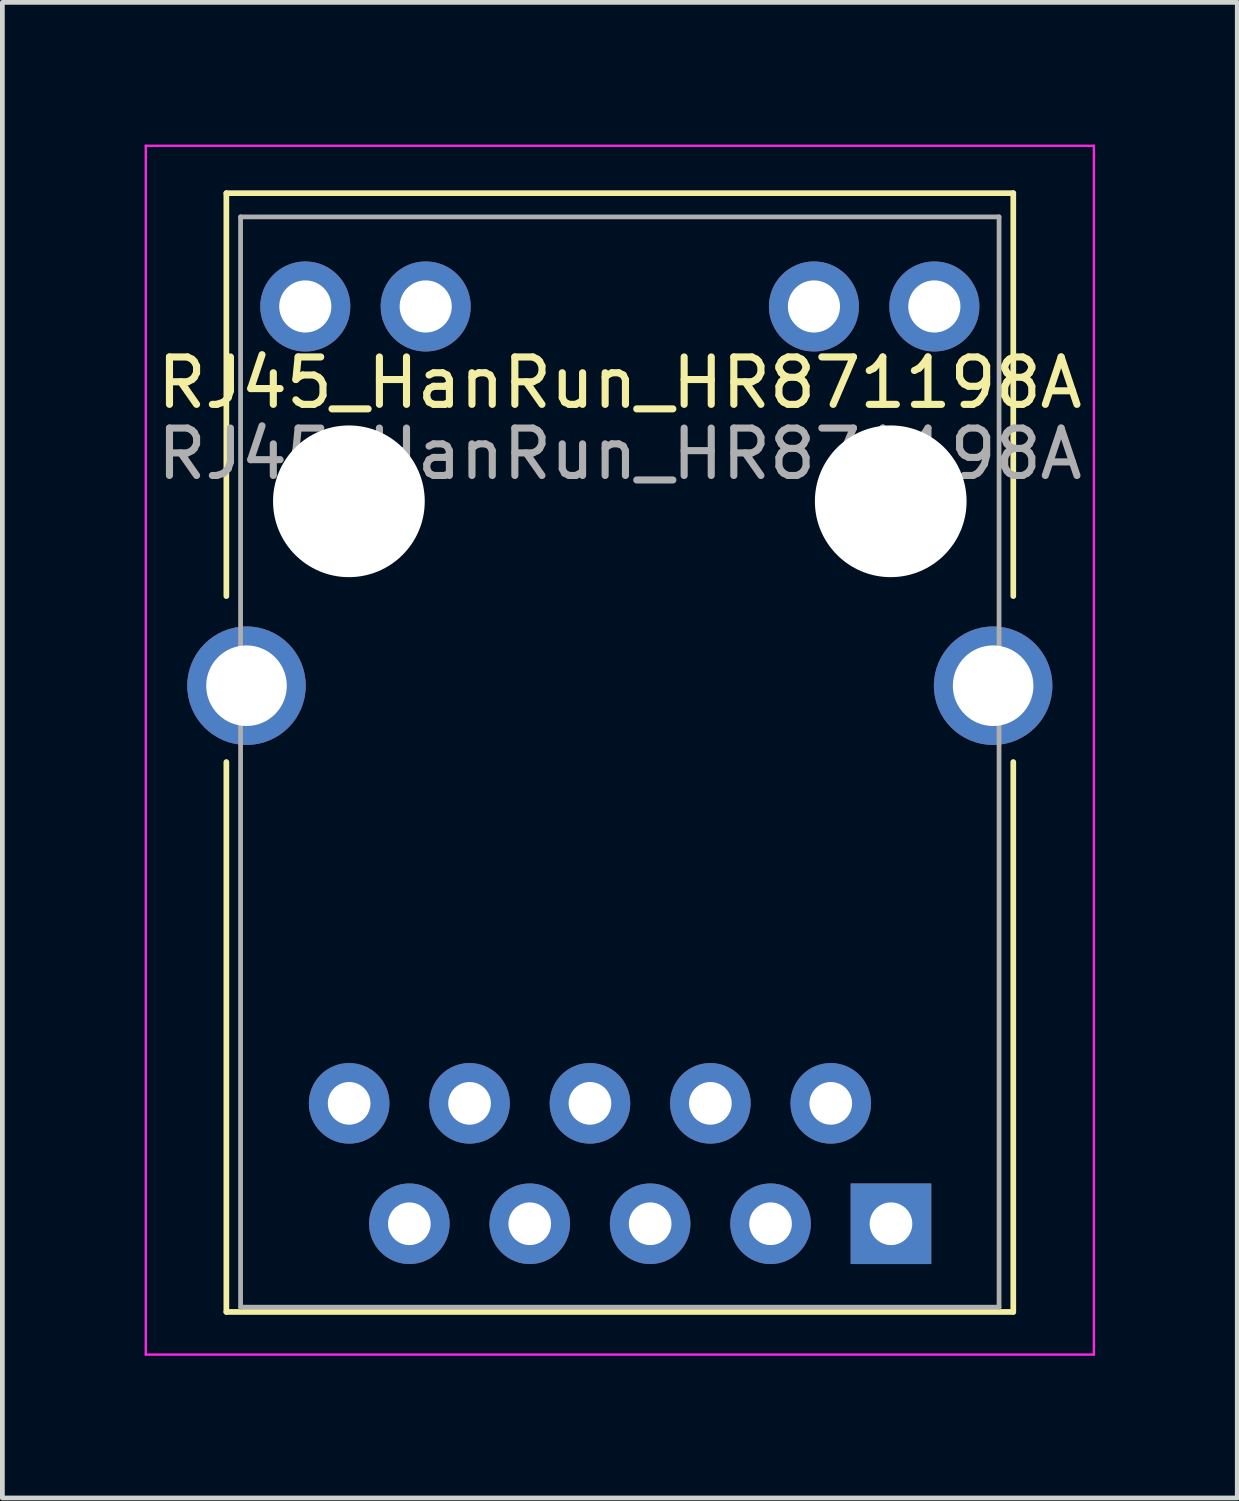
<source format=kicad_pcb>
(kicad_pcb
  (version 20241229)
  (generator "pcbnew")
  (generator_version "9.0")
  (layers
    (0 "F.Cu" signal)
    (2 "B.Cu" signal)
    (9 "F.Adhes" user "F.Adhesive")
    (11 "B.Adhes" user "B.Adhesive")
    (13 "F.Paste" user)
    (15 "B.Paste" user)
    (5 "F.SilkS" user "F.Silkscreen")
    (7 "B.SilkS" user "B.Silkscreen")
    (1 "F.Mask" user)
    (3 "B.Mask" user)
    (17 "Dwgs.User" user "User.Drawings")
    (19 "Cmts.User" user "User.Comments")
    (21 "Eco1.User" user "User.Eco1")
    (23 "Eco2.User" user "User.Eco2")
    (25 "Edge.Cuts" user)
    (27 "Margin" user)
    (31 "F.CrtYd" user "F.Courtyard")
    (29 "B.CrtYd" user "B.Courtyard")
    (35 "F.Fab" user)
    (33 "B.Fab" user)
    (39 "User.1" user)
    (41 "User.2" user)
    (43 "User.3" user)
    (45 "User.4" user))
  (footprint "RJ45_HanRun_HR871198A"
    (layer "F.Cu")
    (at 10.025 7.525)
    (property "Reference" "RJ45_HanRun_HR871198A" (at 0 -2.5 0) (layer "F.SilkS") (effects (font (size 1 1) (thickness 0.15))))
    (attr through_hole)
    (fp_line (start -8.3 -6.5) (end 8.3 -6.5) (stroke (width 0.12) (type solid)) (layer "F.SilkS"))
    (fp_line (start -8.3 2) (end -8.3 -6.5) (stroke (width 0.12) (type solid)) (layer "F.SilkS"))
    (fp_line (start -8.3 17.1) (end -8.3 5.5) (stroke (width 0.12) (type solid)) (layer "F.SilkS"))
    (fp_line (start 8.3 -6.5) (end 8.3 2) (stroke (width 0.12) (type solid)) (layer "F.SilkS"))
    (fp_line (start 8.3 5.5) (end 8.3 17.1) (stroke (width 0.12) (type solid)) (layer "F.SilkS"))
    (fp_line (start 8.3 17.1) (end -8.3 17.1) (stroke (width 0.12) (type solid)) (layer "F.SilkS"))
    (fp_line (start -10 -7.5) (end -10 18) (stroke (width 0.05) (type solid)) (layer "F.CrtYd"))
    (fp_line (start -10 18) (end 10 18) (stroke (width 0.05) (type solid)) (layer "F.CrtYd"))
    (fp_line (start 10 -7.5) (end -10 -7.5) (stroke (width 0.05) (type solid)) (layer "F.CrtYd"))
    (fp_line (start 10 18) (end 10 -7.5) (stroke (width 0.05) (type solid)) (layer "F.CrtYd"))
    (fp_line (start -8 -6) (end 8 -6) (stroke (width 0.1) (type solid)) (layer "F.Fab"))
    (fp_line (start -8 17) (end -8 -6) (stroke (width 0.1) (type solid)) (layer "F.Fab"))
    (fp_line (start 8 -6) (end 8 17) (stroke (width 0.1) (type solid)) (layer "F.Fab"))
    (fp_line (start 8 17) (end -8 17) (stroke (width 0.1) (type solid)) (layer "F.Fab"))
    (fp_text user "${REFERENCE}" (at 0 -1 0) (layer "F.Fab") (effects (font (size 1 1) (thickness 0.15))))
    (pad "" np_thru_hole circle (at -5.715 0) (size 3.2 3.2) (drill 3.2) (layers "*.Cu" "*.Mask"))
    (pad "" np_thru_hole circle (at 5.715 0) (size 3.2 3.2) (drill 3.2) (layers "*.Cu" "*.Mask"))
    (pad "1" thru_hole rect (at 5.72 15.24) (size 1.7 1.7) (drill 0.9) (layers "*.Cu" "*.Mask"))
    (pad "2" thru_hole circle (at 4.45 12.7) (size 1.7 1.7) (drill 0.9) (layers "*.Cu" "*.Mask"))
    (pad "3" thru_hole circle (at 3.18 15.24) (size 1.7 1.7) (drill 0.9) (layers "*.Cu" "*.Mask"))
    (pad "4" thru_hole circle (at 1.91 12.7) (size 1.7 1.7) (drill 0.9) (layers "*.Cu" "*.Mask"))
    (pad "5" thru_hole circle (at 0.64 15.24) (size 1.7 1.7) (drill 0.9) (layers "*.Cu" "*.Mask"))
    (pad "6" thru_hole circle (at -0.63 12.7) (size 1.7 1.7) (drill 0.9) (layers "*.Cu" "*.Mask"))
    (pad "7" thru_hole circle (at -1.9 15.24) (size 1.7 1.7) (drill 0.9) (layers "*.Cu" "*.Mask"))
    (pad "8" thru_hole circle (at -3.17 12.7) (size 1.7 1.7) (drill 0.9) (layers "*.Cu" "*.Mask"))
    (pad "9" thru_hole circle (at -4.44 15.24) (size 1.7 1.7) (drill 0.9) (layers "*.Cu" "*.Mask"))
    (pad "10" thru_hole circle (at -5.71 12.7) (size 1.7 1.7) (drill 0.9) (layers "*.Cu" "*.Mask"))
    (pad "11" thru_hole circle (at 6.635 -4.11) (size 1.9 1.9) (drill 1.1) (layers "*.Cu" "*.Mask"))
    (pad "12" thru_hole circle (at 4.095 -4.11) (size 1.9 1.9) (drill 1.1) (layers "*.Cu" "*.Mask"))
    (pad "13" thru_hole circle (at -4.095 -4.11) (size 1.9 1.9) (drill 1.1) (layers "*.Cu" "*.Mask"))
    (pad "14" thru_hole circle (at -6.635 -4.11) (size 1.9 1.9) (drill 1.1) (layers "*.Cu" "*.Mask"))
    (pad "SH" thru_hole circle (at -7.875 3.89) (size 2.5 2.5) (drill 1.7) (layers "*.Cu" "*.Mask"))
    (pad "SH" thru_hole circle (at 7.875 3.89) (size 2.5 2.5) (drill 1.7) (layers "*.Cu" "*.Mask")))
  (gr_rect
    (start -3 -3)
    (end 23.05 28.55)
    (stroke (width 0.1) (type default))
    (fill no)
    (layer "Edge.Cuts")))
</source>
